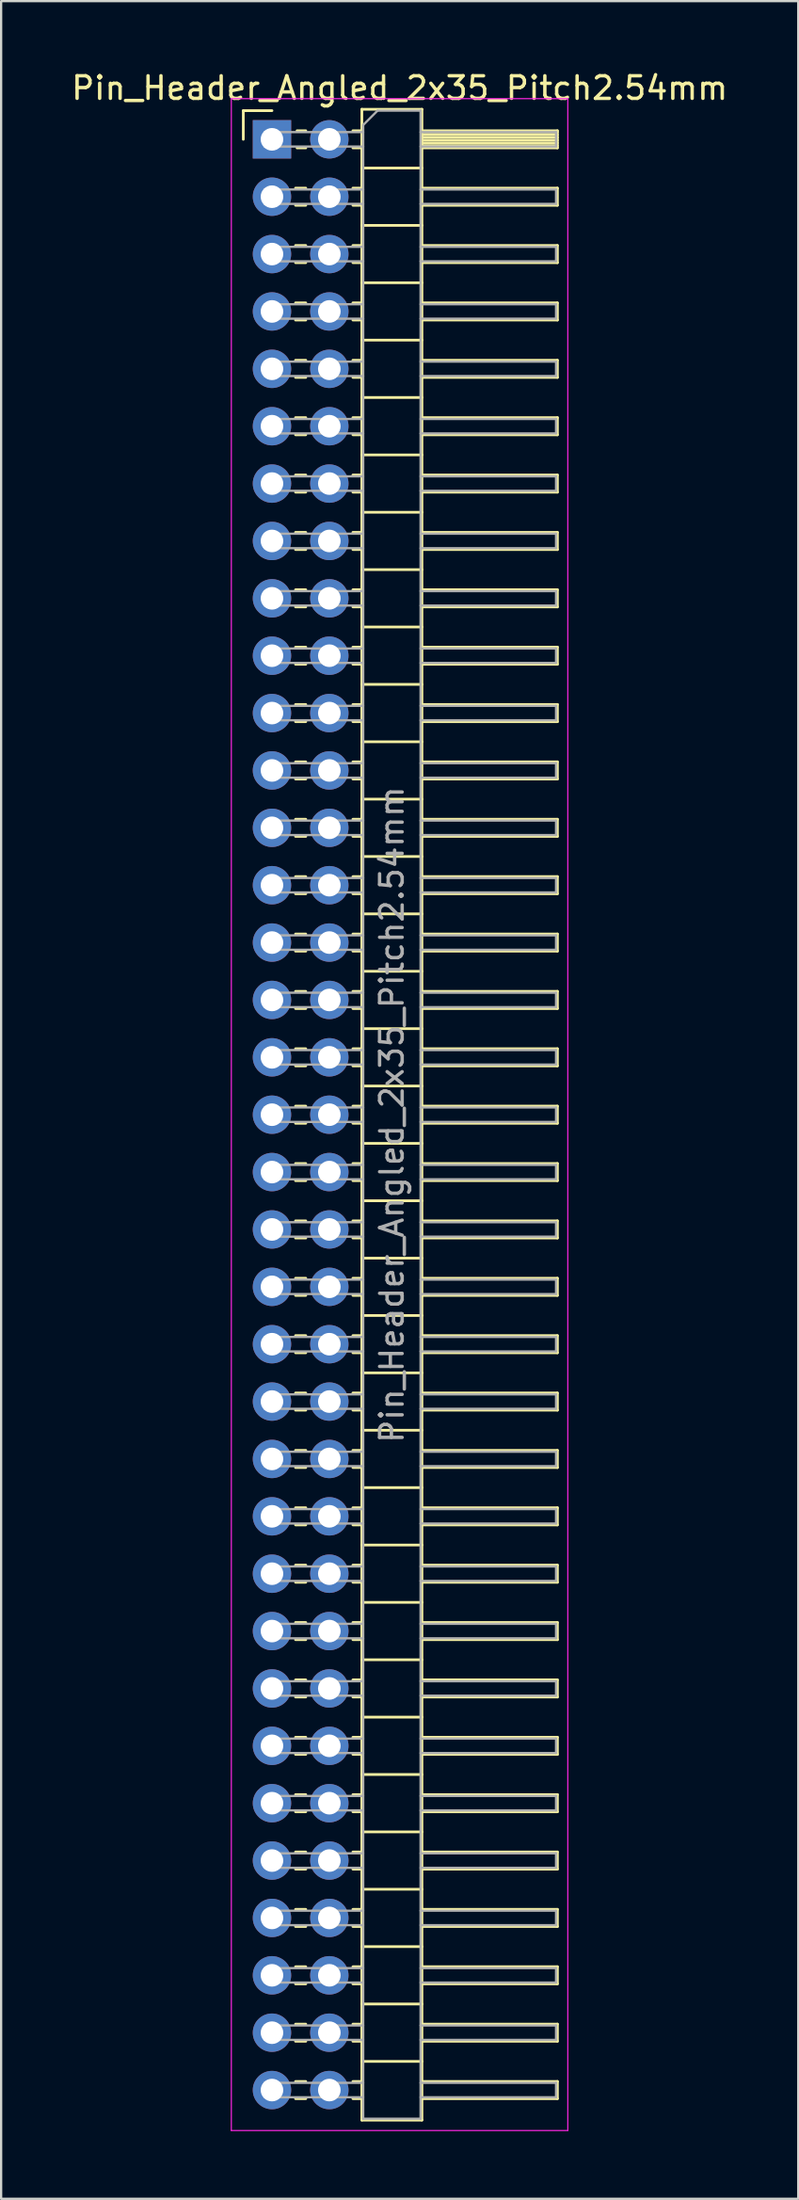
<source format=kicad_pcb>
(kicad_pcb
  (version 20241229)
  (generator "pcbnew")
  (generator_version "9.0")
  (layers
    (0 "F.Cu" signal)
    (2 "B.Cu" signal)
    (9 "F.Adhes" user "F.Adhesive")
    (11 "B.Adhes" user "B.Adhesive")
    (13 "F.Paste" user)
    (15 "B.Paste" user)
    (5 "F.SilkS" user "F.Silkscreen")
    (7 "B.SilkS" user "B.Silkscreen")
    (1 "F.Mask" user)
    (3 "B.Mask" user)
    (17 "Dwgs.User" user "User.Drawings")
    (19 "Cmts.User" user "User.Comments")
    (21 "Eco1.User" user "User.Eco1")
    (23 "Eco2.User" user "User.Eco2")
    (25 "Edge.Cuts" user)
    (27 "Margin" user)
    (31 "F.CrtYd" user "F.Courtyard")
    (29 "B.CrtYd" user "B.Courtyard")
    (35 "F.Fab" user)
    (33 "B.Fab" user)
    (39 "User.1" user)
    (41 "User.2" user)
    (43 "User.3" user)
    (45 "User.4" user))
  (footprint "Pin_Header_Angled_2x35_Pitch2.54mm"
    (layer "F.Cu")
    (at 8.994 3.118)
    (property "Reference" "Pin_Header_Angled_2x35_Pitch2.54mm" (at 5.655 -2.27 0) (layer "F.SilkS") (effects (font (size 1 1) (thickness 0.15))))
    (attr through_hole)
    (fp_line (start -1.27 -1.27) (end 0 -1.27) (stroke (width 0.12) (type solid)) (layer "F.SilkS"))
    (fp_line (start -1.27 0) (end -1.27 -1.27) (stroke (width 0.12) (type solid)) (layer "F.SilkS"))
    (fp_line (start 1.043 2.16) (end 1.497 2.16) (stroke (width 0.12) (type solid)) (layer "F.SilkS"))
    (fp_line (start 1.043 2.92) (end 1.497 2.92) (stroke (width 0.12) (type solid)) (layer "F.SilkS"))
    (fp_line (start 1.043 4.7) (end 1.497 4.7) (stroke (width 0.12) (type solid)) (layer "F.SilkS"))
    (fp_line (start 1.043 5.46) (end 1.497 5.46) (stroke (width 0.12) (type solid)) (layer "F.SilkS"))
    (fp_line (start 1.043 7.24) (end 1.497 7.24) (stroke (width 0.12) (type solid)) (layer "F.SilkS"))
    (fp_line (start 1.043 8) (end 1.497 8) (stroke (width 0.12) (type solid)) (layer "F.SilkS"))
    (fp_line (start 1.043 9.78) (end 1.497 9.78) (stroke (width 0.12) (type solid)) (layer "F.SilkS"))
    (fp_line (start 1.043 10.54) (end 1.497 10.54) (stroke (width 0.12) (type solid)) (layer "F.SilkS"))
    (fp_line (start 1.043 12.32) (end 1.497 12.32) (stroke (width 0.12) (type solid)) (layer "F.SilkS"))
    (fp_line (start 1.043 13.08) (end 1.497 13.08) (stroke (width 0.12) (type solid)) (layer "F.SilkS"))
    (fp_line (start 1.043 14.86) (end 1.497 14.86) (stroke (width 0.12) (type solid)) (layer "F.SilkS"))
    (fp_line (start 1.043 15.62) (end 1.497 15.62) (stroke (width 0.12) (type solid)) (layer "F.SilkS"))
    (fp_line (start 1.043 17.4) (end 1.497 17.4) (stroke (width 0.12) (type solid)) (layer "F.SilkS"))
    (fp_line (start 1.043 18.16) (end 1.497 18.16) (stroke (width 0.12) (type solid)) (layer "F.SilkS"))
    (fp_line (start 1.043 19.94) (end 1.497 19.94) (stroke (width 0.12) (type solid)) (layer "F.SilkS"))
    (fp_line (start 1.043 20.7) (end 1.497 20.7) (stroke (width 0.12) (type solid)) (layer "F.SilkS"))
    (fp_line (start 1.043 22.48) (end 1.497 22.48) (stroke (width 0.12) (type solid)) (layer "F.SilkS"))
    (fp_line (start 1.043 23.24) (end 1.497 23.24) (stroke (width 0.12) (type solid)) (layer "F.SilkS"))
    (fp_line (start 1.043 25.02) (end 1.497 25.02) (stroke (width 0.12) (type solid)) (layer "F.SilkS"))
    (fp_line (start 1.043 25.78) (end 1.497 25.78) (stroke (width 0.12) (type solid)) (layer "F.SilkS"))
    (fp_line (start 1.043 27.56) (end 1.497 27.56) (stroke (width 0.12) (type solid)) (layer "F.SilkS"))
    (fp_line (start 1.043 28.32) (end 1.497 28.32) (stroke (width 0.12) (type solid)) (layer "F.SilkS"))
    (fp_line (start 1.043 30.1) (end 1.497 30.1) (stroke (width 0.12) (type solid)) (layer "F.SilkS"))
    (fp_line (start 1.043 30.86) (end 1.497 30.86) (stroke (width 0.12) (type solid)) (layer "F.SilkS"))
    (fp_line (start 1.043 32.64) (end 1.497 32.64) (stroke (width 0.12) (type solid)) (layer "F.SilkS"))
    (fp_line (start 1.043 33.4) (end 1.497 33.4) (stroke (width 0.12) (type solid)) (layer "F.SilkS"))
    (fp_line (start 1.043 35.18) (end 1.497 35.18) (stroke (width 0.12) (type solid)) (layer "F.SilkS"))
    (fp_line (start 1.043 35.94) (end 1.497 35.94) (stroke (width 0.12) (type solid)) (layer "F.SilkS"))
    (fp_line (start 1.043 37.72) (end 1.497 37.72) (stroke (width 0.12) (type solid)) (layer "F.SilkS"))
    (fp_line (start 1.043 38.48) (end 1.497 38.48) (stroke (width 0.12) (type solid)) (layer "F.SilkS"))
    (fp_line (start 1.043 40.26) (end 1.497 40.26) (stroke (width 0.12) (type solid)) (layer "F.SilkS"))
    (fp_line (start 1.043 41.02) (end 1.497 41.02) (stroke (width 0.12) (type solid)) (layer "F.SilkS"))
    (fp_line (start 1.043 42.8) (end 1.497 42.8) (stroke (width 0.12) (type solid)) (layer "F.SilkS"))
    (fp_line (start 1.043 43.56) (end 1.497 43.56) (stroke (width 0.12) (type solid)) (layer "F.SilkS"))
    (fp_line (start 1.043 45.34) (end 1.497 45.34) (stroke (width 0.12) (type solid)) (layer "F.SilkS"))
    (fp_line (start 1.043 46.1) (end 1.497 46.1) (stroke (width 0.12) (type solid)) (layer "F.SilkS"))
    (fp_line (start 1.043 47.88) (end 1.497 47.88) (stroke (width 0.12) (type solid)) (layer "F.SilkS"))
    (fp_line (start 1.043 48.64) (end 1.497 48.64) (stroke (width 0.12) (type solid)) (layer "F.SilkS"))
    (fp_line (start 1.043 50.42) (end 1.497 50.42) (stroke (width 0.12) (type solid)) (layer "F.SilkS"))
    (fp_line (start 1.043 51.18) (end 1.497 51.18) (stroke (width 0.12) (type solid)) (layer "F.SilkS"))
    (fp_line (start 1.043 52.96) (end 1.497 52.96) (stroke (width 0.12) (type solid)) (layer "F.SilkS"))
    (fp_line (start 1.043 53.72) (end 1.497 53.72) (stroke (width 0.12) (type solid)) (layer "F.SilkS"))
    (fp_line (start 1.043 55.5) (end 1.497 55.5) (stroke (width 0.12) (type solid)) (layer "F.SilkS"))
    (fp_line (start 1.043 56.26) (end 1.497 56.26) (stroke (width 0.12) (type solid)) (layer "F.SilkS"))
    (fp_line (start 1.043 58.04) (end 1.497 58.04) (stroke (width 0.12) (type solid)) (layer "F.SilkS"))
    (fp_line (start 1.043 58.8) (end 1.497 58.8) (stroke (width 0.12) (type solid)) (layer "F.SilkS"))
    (fp_line (start 1.043 60.58) (end 1.497 60.58) (stroke (width 0.12) (type solid)) (layer "F.SilkS"))
    (fp_line (start 1.043 61.34) (end 1.497 61.34) (stroke (width 0.12) (type solid)) (layer "F.SilkS"))
    (fp_line (start 1.043 63.12) (end 1.497 63.12) (stroke (width 0.12) (type solid)) (layer "F.SilkS"))
    (fp_line (start 1.043 63.88) (end 1.497 63.88) (stroke (width 0.12) (type solid)) (layer "F.SilkS"))
    (fp_line (start 1.043 65.66) (end 1.497 65.66) (stroke (width 0.12) (type solid)) (layer "F.SilkS"))
    (fp_line (start 1.043 66.42) (end 1.497 66.42) (stroke (width 0.12) (type solid)) (layer "F.SilkS"))
    (fp_line (start 1.043 68.2) (end 1.497 68.2) (stroke (width 0.12) (type solid)) (layer "F.SilkS"))
    (fp_line (start 1.043 68.96) (end 1.497 68.96) (stroke (width 0.12) (type solid)) (layer "F.SilkS"))
    (fp_line (start 1.043 70.74) (end 1.497 70.74) (stroke (width 0.12) (type solid)) (layer "F.SilkS"))
    (fp_line (start 1.043 71.5) (end 1.497 71.5) (stroke (width 0.12) (type solid)) (layer "F.SilkS"))
    (fp_line (start 1.043 73.28) (end 1.497 73.28) (stroke (width 0.12) (type solid)) (layer "F.SilkS"))
    (fp_line (start 1.043 74.04) (end 1.497 74.04) (stroke (width 0.12) (type solid)) (layer "F.SilkS"))
    (fp_line (start 1.043 75.82) (end 1.497 75.82) (stroke (width 0.12) (type solid)) (layer "F.SilkS"))
    (fp_line (start 1.043 76.58) (end 1.497 76.58) (stroke (width 0.12) (type solid)) (layer "F.SilkS"))
    (fp_line (start 1.043 78.36) (end 1.497 78.36) (stroke (width 0.12) (type solid)) (layer "F.SilkS"))
    (fp_line (start 1.043 79.12) (end 1.497 79.12) (stroke (width 0.12) (type solid)) (layer "F.SilkS"))
    (fp_line (start 1.043 80.9) (end 1.497 80.9) (stroke (width 0.12) (type solid)) (layer "F.SilkS"))
    (fp_line (start 1.043 81.66) (end 1.497 81.66) (stroke (width 0.12) (type solid)) (layer "F.SilkS"))
    (fp_line (start 1.043 83.44) (end 1.497 83.44) (stroke (width 0.12) (type solid)) (layer "F.SilkS"))
    (fp_line (start 1.043 84.2) (end 1.497 84.2) (stroke (width 0.12) (type solid)) (layer "F.SilkS"))
    (fp_line (start 1.043 85.98) (end 1.497 85.98) (stroke (width 0.12) (type solid)) (layer "F.SilkS"))
    (fp_line (start 1.043 86.74) (end 1.497 86.74) (stroke (width 0.12) (type solid)) (layer "F.SilkS"))
    (fp_line (start 1.11 -0.38) (end 1.497 -0.38) (stroke (width 0.12) (type solid)) (layer "F.SilkS"))
    (fp_line (start 1.11 0.38) (end 1.497 0.38) (stroke (width 0.12) (type solid)) (layer "F.SilkS"))
    (fp_line (start 3.583 -0.38) (end 3.98 -0.38) (stroke (width 0.12) (type solid)) (layer "F.SilkS"))
    (fp_line (start 3.583 0.38) (end 3.98 0.38) (stroke (width 0.12) (type solid)) (layer "F.SilkS"))
    (fp_line (start 3.583 2.16) (end 3.98 2.16) (stroke (width 0.12) (type solid)) (layer "F.SilkS"))
    (fp_line (start 3.583 2.92) (end 3.98 2.92) (stroke (width 0.12) (type solid)) (layer "F.SilkS"))
    (fp_line (start 3.583 4.7) (end 3.98 4.7) (stroke (width 0.12) (type solid)) (layer "F.SilkS"))
    (fp_line (start 3.583 5.46) (end 3.98 5.46) (stroke (width 0.12) (type solid)) (layer "F.SilkS"))
    (fp_line (start 3.583 7.24) (end 3.98 7.24) (stroke (width 0.12) (type solid)) (layer "F.SilkS"))
    (fp_line (start 3.583 8) (end 3.98 8) (stroke (width 0.12) (type solid)) (layer "F.SilkS"))
    (fp_line (start 3.583 9.78) (end 3.98 9.78) (stroke (width 0.12) (type solid)) (layer "F.SilkS"))
    (fp_line (start 3.583 10.54) (end 3.98 10.54) (stroke (width 0.12) (type solid)) (layer "F.SilkS"))
    (fp_line (start 3.583 12.32) (end 3.98 12.32) (stroke (width 0.12) (type solid)) (layer "F.SilkS"))
    (fp_line (start 3.583 13.08) (end 3.98 13.08) (stroke (width 0.12) (type solid)) (layer "F.SilkS"))
    (fp_line (start 3.583 14.86) (end 3.98 14.86) (stroke (width 0.12) (type solid)) (layer "F.SilkS"))
    (fp_line (start 3.583 15.62) (end 3.98 15.62) (stroke (width 0.12) (type solid)) (layer "F.SilkS"))
    (fp_line (start 3.583 17.4) (end 3.98 17.4) (stroke (width 0.12) (type solid)) (layer "F.SilkS"))
    (fp_line (start 3.583 18.16) (end 3.98 18.16) (stroke (width 0.12) (type solid)) (layer "F.SilkS"))
    (fp_line (start 3.583 19.94) (end 3.98 19.94) (stroke (width 0.12) (type solid)) (layer "F.SilkS"))
    (fp_line (start 3.583 20.7) (end 3.98 20.7) (stroke (width 0.12) (type solid)) (layer "F.SilkS"))
    (fp_line (start 3.583 22.48) (end 3.98 22.48) (stroke (width 0.12) (type solid)) (layer "F.SilkS"))
    (fp_line (start 3.583 23.24) (end 3.98 23.24) (stroke (width 0.12) (type solid)) (layer "F.SilkS"))
    (fp_line (start 3.583 25.02) (end 3.98 25.02) (stroke (width 0.12) (type solid)) (layer "F.SilkS"))
    (fp_line (start 3.583 25.78) (end 3.98 25.78) (stroke (width 0.12) (type solid)) (layer "F.SilkS"))
    (fp_line (start 3.583 27.56) (end 3.98 27.56) (stroke (width 0.12) (type solid)) (layer "F.SilkS"))
    (fp_line (start 3.583 28.32) (end 3.98 28.32) (stroke (width 0.12) (type solid)) (layer "F.SilkS"))
    (fp_line (start 3.583 30.1) (end 3.98 30.1) (stroke (width 0.12) (type solid)) (layer "F.SilkS"))
    (fp_line (start 3.583 30.86) (end 3.98 30.86) (stroke (width 0.12) (type solid)) (layer "F.SilkS"))
    (fp_line (start 3.583 32.64) (end 3.98 32.64) (stroke (width 0.12) (type solid)) (layer "F.SilkS"))
    (fp_line (start 3.583 33.4) (end 3.98 33.4) (stroke (width 0.12) (type solid)) (layer "F.SilkS"))
    (fp_line (start 3.583 35.18) (end 3.98 35.18) (stroke (width 0.12) (type solid)) (layer "F.SilkS"))
    (fp_line (start 3.583 35.94) (end 3.98 35.94) (stroke (width 0.12) (type solid)) (layer "F.SilkS"))
    (fp_line (start 3.583 37.72) (end 3.98 37.72) (stroke (width 0.12) (type solid)) (layer "F.SilkS"))
    (fp_line (start 3.583 38.48) (end 3.98 38.48) (stroke (width 0.12) (type solid)) (layer "F.SilkS"))
    (fp_line (start 3.583 40.26) (end 3.98 40.26) (stroke (width 0.12) (type solid)) (layer "F.SilkS"))
    (fp_line (start 3.583 41.02) (end 3.98 41.02) (stroke (width 0.12) (type solid)) (layer "F.SilkS"))
    (fp_line (start 3.583 42.8) (end 3.98 42.8) (stroke (width 0.12) (type solid)) (layer "F.SilkS"))
    (fp_line (start 3.583 43.56) (end 3.98 43.56) (stroke (width 0.12) (type solid)) (layer "F.SilkS"))
    (fp_line (start 3.583 45.34) (end 3.98 45.34) (stroke (width 0.12) (type solid)) (layer "F.SilkS"))
    (fp_line (start 3.583 46.1) (end 3.98 46.1) (stroke (width 0.12) (type solid)) (layer "F.SilkS"))
    (fp_line (start 3.583 47.88) (end 3.98 47.88) (stroke (width 0.12) (type solid)) (layer "F.SilkS"))
    (fp_line (start 3.583 48.64) (end 3.98 48.64) (stroke (width 0.12) (type solid)) (layer "F.SilkS"))
    (fp_line (start 3.583 50.42) (end 3.98 50.42) (stroke (width 0.12) (type solid)) (layer "F.SilkS"))
    (fp_line (start 3.583 51.18) (end 3.98 51.18) (stroke (width 0.12) (type solid)) (layer "F.SilkS"))
    (fp_line (start 3.583 52.96) (end 3.98 52.96) (stroke (width 0.12) (type solid)) (layer "F.SilkS"))
    (fp_line (start 3.583 53.72) (end 3.98 53.72) (stroke (width 0.12) (type solid)) (layer "F.SilkS"))
    (fp_line (start 3.583 55.5) (end 3.98 55.5) (stroke (width 0.12) (type solid)) (layer "F.SilkS"))
    (fp_line (start 3.583 56.26) (end 3.98 56.26) (stroke (width 0.12) (type solid)) (layer "F.SilkS"))
    (fp_line (start 3.583 58.04) (end 3.98 58.04) (stroke (width 0.12) (type solid)) (layer "F.SilkS"))
    (fp_line (start 3.583 58.8) (end 3.98 58.8) (stroke (width 0.12) (type solid)) (layer "F.SilkS"))
    (fp_line (start 3.583 60.58) (end 3.98 60.58) (stroke (width 0.12) (type solid)) (layer "F.SilkS"))
    (fp_line (start 3.583 61.34) (end 3.98 61.34) (stroke (width 0.12) (type solid)) (layer "F.SilkS"))
    (fp_line (start 3.583 63.12) (end 3.98 63.12) (stroke (width 0.12) (type solid)) (layer "F.SilkS"))
    (fp_line (start 3.583 63.88) (end 3.98 63.88) (stroke (width 0.12) (type solid)) (layer "F.SilkS"))
    (fp_line (start 3.583 65.66) (end 3.98 65.66) (stroke (width 0.12) (type solid)) (layer "F.SilkS"))
    (fp_line (start 3.583 66.42) (end 3.98 66.42) (stroke (width 0.12) (type solid)) (layer "F.SilkS"))
    (fp_line (start 3.583 68.2) (end 3.98 68.2) (stroke (width 0.12) (type solid)) (layer "F.SilkS"))
    (fp_line (start 3.583 68.96) (end 3.98 68.96) (stroke (width 0.12) (type solid)) (layer "F.SilkS"))
    (fp_line (start 3.583 70.74) (end 3.98 70.74) (stroke (width 0.12) (type solid)) (layer "F.SilkS"))
    (fp_line (start 3.583 71.5) (end 3.98 71.5) (stroke (width 0.12) (type solid)) (layer "F.SilkS"))
    (fp_line (start 3.583 73.28) (end 3.98 73.28) (stroke (width 0.12) (type solid)) (layer "F.SilkS"))
    (fp_line (start 3.583 74.04) (end 3.98 74.04) (stroke (width 0.12) (type solid)) (layer "F.SilkS"))
    (fp_line (start 3.583 75.82) (end 3.98 75.82) (stroke (width 0.12) (type solid)) (layer "F.SilkS"))
    (fp_line (start 3.583 76.58) (end 3.98 76.58) (stroke (width 0.12) (type solid)) (layer "F.SilkS"))
    (fp_line (start 3.583 78.36) (end 3.98 78.36) (stroke (width 0.12) (type solid)) (layer "F.SilkS"))
    (fp_line (start 3.583 79.12) (end 3.98 79.12) (stroke (width 0.12) (type solid)) (layer "F.SilkS"))
    (fp_line (start 3.583 80.9) (end 3.98 80.9) (stroke (width 0.12) (type solid)) (layer "F.SilkS"))
    (fp_line (start 3.583 81.66) (end 3.98 81.66) (stroke (width 0.12) (type solid)) (layer "F.SilkS"))
    (fp_line (start 3.583 83.44) (end 3.98 83.44) (stroke (width 0.12) (type solid)) (layer "F.SilkS"))
    (fp_line (start 3.583 84.2) (end 3.98 84.2) (stroke (width 0.12) (type solid)) (layer "F.SilkS"))
    (fp_line (start 3.583 85.98) (end 3.98 85.98) (stroke (width 0.12) (type solid)) (layer "F.SilkS"))
    (fp_line (start 3.583 86.74) (end 3.98 86.74) (stroke (width 0.12) (type solid)) (layer "F.SilkS"))
    (fp_line (start 3.98 -1.33) (end 3.98 87.69) (stroke (width 0.12) (type solid)) (layer "F.SilkS"))
    (fp_line (start 3.98 1.27) (end 6.64 1.27) (stroke (width 0.12) (type solid)) (layer "F.SilkS"))
    (fp_line (start 3.98 3.81) (end 6.64 3.81) (stroke (width 0.12) (type solid)) (layer "F.SilkS"))
    (fp_line (start 3.98 6.35) (end 6.64 6.35) (stroke (width 0.12) (type solid)) (layer "F.SilkS"))
    (fp_line (start 3.98 8.89) (end 6.64 8.89) (stroke (width 0.12) (type solid)) (layer "F.SilkS"))
    (fp_line (start 3.98 11.43) (end 6.64 11.43) (stroke (width 0.12) (type solid)) (layer "F.SilkS"))
    (fp_line (start 3.98 13.97) (end 6.64 13.97) (stroke (width 0.12) (type solid)) (layer "F.SilkS"))
    (fp_line (start 3.98 16.51) (end 6.64 16.51) (stroke (width 0.12) (type solid)) (layer "F.SilkS"))
    (fp_line (start 3.98 19.05) (end 6.64 19.05) (stroke (width 0.12) (type solid)) (layer "F.SilkS"))
    (fp_line (start 3.98 21.59) (end 6.64 21.59) (stroke (width 0.12) (type solid)) (layer "F.SilkS"))
    (fp_line (start 3.98 24.13) (end 6.64 24.13) (stroke (width 0.12) (type solid)) (layer "F.SilkS"))
    (fp_line (start 3.98 26.67) (end 6.64 26.67) (stroke (width 0.12) (type solid)) (layer "F.SilkS"))
    (fp_line (start 3.98 29.21) (end 6.64 29.21) (stroke (width 0.12) (type solid)) (layer "F.SilkS"))
    (fp_line (start 3.98 31.75) (end 6.64 31.75) (stroke (width 0.12) (type solid)) (layer "F.SilkS"))
    (fp_line (start 3.98 34.29) (end 6.64 34.29) (stroke (width 0.12) (type solid)) (layer "F.SilkS"))
    (fp_line (start 3.98 36.83) (end 6.64 36.83) (stroke (width 0.12) (type solid)) (layer "F.SilkS"))
    (fp_line (start 3.98 39.37) (end 6.64 39.37) (stroke (width 0.12) (type solid)) (layer "F.SilkS"))
    (fp_line (start 3.98 41.91) (end 6.64 41.91) (stroke (width 0.12) (type solid)) (layer "F.SilkS"))
    (fp_line (start 3.98 44.45) (end 6.64 44.45) (stroke (width 0.12) (type solid)) (layer "F.SilkS"))
    (fp_line (start 3.98 46.99) (end 6.64 46.99) (stroke (width 0.12) (type solid)) (layer "F.SilkS"))
    (fp_line (start 3.98 49.53) (end 6.64 49.53) (stroke (width 0.12) (type solid)) (layer "F.SilkS"))
    (fp_line (start 3.98 52.07) (end 6.64 52.07) (stroke (width 0.12) (type solid)) (layer "F.SilkS"))
    (fp_line (start 3.98 54.61) (end 6.64 54.61) (stroke (width 0.12) (type solid)) (layer "F.SilkS"))
    (fp_line (start 3.98 57.15) (end 6.64 57.15) (stroke (width 0.12) (type solid)) (layer "F.SilkS"))
    (fp_line (start 3.98 59.69) (end 6.64 59.69) (stroke (width 0.12) (type solid)) (layer "F.SilkS"))
    (fp_line (start 3.98 62.23) (end 6.64 62.23) (stroke (width 0.12) (type solid)) (layer "F.SilkS"))
    (fp_line (start 3.98 64.77) (end 6.64 64.77) (stroke (width 0.12) (type solid)) (layer "F.SilkS"))
    (fp_line (start 3.98 67.31) (end 6.64 67.31) (stroke (width 0.12) (type solid)) (layer "F.SilkS"))
    (fp_line (start 3.98 69.85) (end 6.64 69.85) (stroke (width 0.12) (type solid)) (layer "F.SilkS"))
    (fp_line (start 3.98 72.39) (end 6.64 72.39) (stroke (width 0.12) (type solid)) (layer "F.SilkS"))
    (fp_line (start 3.98 74.93) (end 6.64 74.93) (stroke (width 0.12) (type solid)) (layer "F.SilkS"))
    (fp_line (start 3.98 77.47) (end 6.64 77.47) (stroke (width 0.12) (type solid)) (layer "F.SilkS"))
    (fp_line (start 3.98 80.01) (end 6.64 80.01) (stroke (width 0.12) (type solid)) (layer "F.SilkS"))
    (fp_line (start 3.98 82.55) (end 6.64 82.55) (stroke (width 0.12) (type solid)) (layer "F.SilkS"))
    (fp_line (start 3.98 85.09) (end 6.64 85.09) (stroke (width 0.12) (type solid)) (layer "F.SilkS"))
    (fp_line (start 3.98 87.69) (end 6.64 87.69) (stroke (width 0.12) (type solid)) (layer "F.SilkS"))
    (fp_line (start 6.64 -1.33) (end 3.98 -1.33) (stroke (width 0.12) (type solid)) (layer "F.SilkS"))
    (fp_line (start 6.64 -0.38) (end 12.64 -0.38) (stroke (width 0.12) (type solid)) (layer "F.SilkS"))
    (fp_line (start 6.64 -0.32) (end 12.64 -0.32) (stroke (width 0.12) (type solid)) (layer "F.SilkS"))
    (fp_line (start 6.64 -0.2) (end 12.64 -0.2) (stroke (width 0.12) (type solid)) (layer "F.SilkS"))
    (fp_line (start 6.64 -0.08) (end 12.64 -0.08) (stroke (width 0.12) (type solid)) (layer "F.SilkS"))
    (fp_line (start 6.64 0.04) (end 12.64 0.04) (stroke (width 0.12) (type solid)) (layer "F.SilkS"))
    (fp_line (start 6.64 0.16) (end 12.64 0.16) (stroke (width 0.12) (type solid)) (layer "F.SilkS"))
    (fp_line (start 6.64 0.28) (end 12.64 0.28) (stroke (width 0.12) (type solid)) (layer "F.SilkS"))
    (fp_line (start 6.64 2.16) (end 12.64 2.16) (stroke (width 0.12) (type solid)) (layer "F.SilkS"))
    (fp_line (start 6.64 4.7) (end 12.64 4.7) (stroke (width 0.12) (type solid)) (layer "F.SilkS"))
    (fp_line (start 6.64 7.24) (end 12.64 7.24) (stroke (width 0.12) (type solid)) (layer "F.SilkS"))
    (fp_line (start 6.64 9.78) (end 12.64 9.78) (stroke (width 0.12) (type solid)) (layer "F.SilkS"))
    (fp_line (start 6.64 12.32) (end 12.64 12.32) (stroke (width 0.12) (type solid)) (layer "F.SilkS"))
    (fp_line (start 6.64 14.86) (end 12.64 14.86) (stroke (width 0.12) (type solid)) (layer "F.SilkS"))
    (fp_line (start 6.64 17.4) (end 12.64 17.4) (stroke (width 0.12) (type solid)) (layer "F.SilkS"))
    (fp_line (start 6.64 19.94) (end 12.64 19.94) (stroke (width 0.12) (type solid)) (layer "F.SilkS"))
    (fp_line (start 6.64 22.48) (end 12.64 22.48) (stroke (width 0.12) (type solid)) (layer "F.SilkS"))
    (fp_line (start 6.64 25.02) (end 12.64 25.02) (stroke (width 0.12) (type solid)) (layer "F.SilkS"))
    (fp_line (start 6.64 27.56) (end 12.64 27.56) (stroke (width 0.12) (type solid)) (layer "F.SilkS"))
    (fp_line (start 6.64 30.1) (end 12.64 30.1) (stroke (width 0.12) (type solid)) (layer "F.SilkS"))
    (fp_line (start 6.64 32.64) (end 12.64 32.64) (stroke (width 0.12) (type solid)) (layer "F.SilkS"))
    (fp_line (start 6.64 35.18) (end 12.64 35.18) (stroke (width 0.12) (type solid)) (layer "F.SilkS"))
    (fp_line (start 6.64 37.72) (end 12.64 37.72) (stroke (width 0.12) (type solid)) (layer "F.SilkS"))
    (fp_line (start 6.64 40.26) (end 12.64 40.26) (stroke (width 0.12) (type solid)) (layer "F.SilkS"))
    (fp_line (start 6.64 42.8) (end 12.64 42.8) (stroke (width 0.12) (type solid)) (layer "F.SilkS"))
    (fp_line (start 6.64 45.34) (end 12.64 45.34) (stroke (width 0.12) (type solid)) (layer "F.SilkS"))
    (fp_line (start 6.64 47.88) (end 12.64 47.88) (stroke (width 0.12) (type solid)) (layer "F.SilkS"))
    (fp_line (start 6.64 50.42) (end 12.64 50.42) (stroke (width 0.12) (type solid)) (layer "F.SilkS"))
    (fp_line (start 6.64 52.96) (end 12.64 52.96) (stroke (width 0.12) (type solid)) (layer "F.SilkS"))
    (fp_line (start 6.64 55.5) (end 12.64 55.5) (stroke (width 0.12) (type solid)) (layer "F.SilkS"))
    (fp_line (start 6.64 58.04) (end 12.64 58.04) (stroke (width 0.12) (type solid)) (layer "F.SilkS"))
    (fp_line (start 6.64 60.58) (end 12.64 60.58) (stroke (width 0.12) (type solid)) (layer "F.SilkS"))
    (fp_line (start 6.64 63.12) (end 12.64 63.12) (stroke (width 0.12) (type solid)) (layer "F.SilkS"))
    (fp_line (start 6.64 65.66) (end 12.64 65.66) (stroke (width 0.12) (type solid)) (layer "F.SilkS"))
    (fp_line (start 6.64 68.2) (end 12.64 68.2) (stroke (width 0.12) (type solid)) (layer "F.SilkS"))
    (fp_line (start 6.64 70.74) (end 12.64 70.74) (stroke (width 0.12) (type solid)) (layer "F.SilkS"))
    (fp_line (start 6.64 73.28) (end 12.64 73.28) (stroke (width 0.12) (type solid)) (layer "F.SilkS"))
    (fp_line (start 6.64 75.82) (end 12.64 75.82) (stroke (width 0.12) (type solid)) (layer "F.SilkS"))
    (fp_line (start 6.64 78.36) (end 12.64 78.36) (stroke (width 0.12) (type solid)) (layer "F.SilkS"))
    (fp_line (start 6.64 80.9) (end 12.64 80.9) (stroke (width 0.12) (type solid)) (layer "F.SilkS"))
    (fp_line (start 6.64 83.44) (end 12.64 83.44) (stroke (width 0.12) (type solid)) (layer "F.SilkS"))
    (fp_line (start 6.64 85.98) (end 12.64 85.98) (stroke (width 0.12) (type solid)) (layer "F.SilkS"))
    (fp_line (start 6.64 87.69) (end 6.64 -1.33) (stroke (width 0.12) (type solid)) (layer "F.SilkS"))
    (fp_line (start 12.64 -0.38) (end 12.64 0.38) (stroke (width 0.12) (type solid)) (layer "F.SilkS"))
    (fp_line (start 12.64 0.38) (end 6.64 0.38) (stroke (width 0.12) (type solid)) (layer "F.SilkS"))
    (fp_line (start 12.64 2.16) (end 12.64 2.92) (stroke (width 0.12) (type solid)) (layer "F.SilkS"))
    (fp_line (start 12.64 2.92) (end 6.64 2.92) (stroke (width 0.12) (type solid)) (layer "F.SilkS"))
    (fp_line (start 12.64 4.7) (end 12.64 5.46) (stroke (width 0.12) (type solid)) (layer "F.SilkS"))
    (fp_line (start 12.64 5.46) (end 6.64 5.46) (stroke (width 0.12) (type solid)) (layer "F.SilkS"))
    (fp_line (start 12.64 7.24) (end 12.64 8) (stroke (width 0.12) (type solid)) (layer "F.SilkS"))
    (fp_line (start 12.64 8) (end 6.64 8) (stroke (width 0.12) (type solid)) (layer "F.SilkS"))
    (fp_line (start 12.64 9.78) (end 12.64 10.54) (stroke (width 0.12) (type solid)) (layer "F.SilkS"))
    (fp_line (start 12.64 10.54) (end 6.64 10.54) (stroke (width 0.12) (type solid)) (layer "F.SilkS"))
    (fp_line (start 12.64 12.32) (end 12.64 13.08) (stroke (width 0.12) (type solid)) (layer "F.SilkS"))
    (fp_line (start 12.64 13.08) (end 6.64 13.08) (stroke (width 0.12) (type solid)) (layer "F.SilkS"))
    (fp_line (start 12.64 14.86) (end 12.64 15.62) (stroke (width 0.12) (type solid)) (layer "F.SilkS"))
    (fp_line (start 12.64 15.62) (end 6.64 15.62) (stroke (width 0.12) (type solid)) (layer "F.SilkS"))
    (fp_line (start 12.64 17.4) (end 12.64 18.16) (stroke (width 0.12) (type solid)) (layer "F.SilkS"))
    (fp_line (start 12.64 18.16) (end 6.64 18.16) (stroke (width 0.12) (type solid)) (layer "F.SilkS"))
    (fp_line (start 12.64 19.94) (end 12.64 20.7) (stroke (width 0.12) (type solid)) (layer "F.SilkS"))
    (fp_line (start 12.64 20.7) (end 6.64 20.7) (stroke (width 0.12) (type solid)) (layer "F.SilkS"))
    (fp_line (start 12.64 22.48) (end 12.64 23.24) (stroke (width 0.12) (type solid)) (layer "F.SilkS"))
    (fp_line (start 12.64 23.24) (end 6.64 23.24) (stroke (width 0.12) (type solid)) (layer "F.SilkS"))
    (fp_line (start 12.64 25.02) (end 12.64 25.78) (stroke (width 0.12) (type solid)) (layer "F.SilkS"))
    (fp_line (start 12.64 25.78) (end 6.64 25.78) (stroke (width 0.12) (type solid)) (layer "F.SilkS"))
    (fp_line (start 12.64 27.56) (end 12.64 28.32) (stroke (width 0.12) (type solid)) (layer "F.SilkS"))
    (fp_line (start 12.64 28.32) (end 6.64 28.32) (stroke (width 0.12) (type solid)) (layer "F.SilkS"))
    (fp_line (start 12.64 30.1) (end 12.64 30.86) (stroke (width 0.12) (type solid)) (layer "F.SilkS"))
    (fp_line (start 12.64 30.86) (end 6.64 30.86) (stroke (width 0.12) (type solid)) (layer "F.SilkS"))
    (fp_line (start 12.64 32.64) (end 12.64 33.4) (stroke (width 0.12) (type solid)) (layer "F.SilkS"))
    (fp_line (start 12.64 33.4) (end 6.64 33.4) (stroke (width 0.12) (type solid)) (layer "F.SilkS"))
    (fp_line (start 12.64 35.18) (end 12.64 35.94) (stroke (width 0.12) (type solid)) (layer "F.SilkS"))
    (fp_line (start 12.64 35.94) (end 6.64 35.94) (stroke (width 0.12) (type solid)) (layer "F.SilkS"))
    (fp_line (start 12.64 37.72) (end 12.64 38.48) (stroke (width 0.12) (type solid)) (layer "F.SilkS"))
    (fp_line (start 12.64 38.48) (end 6.64 38.48) (stroke (width 0.12) (type solid)) (layer "F.SilkS"))
    (fp_line (start 12.64 40.26) (end 12.64 41.02) (stroke (width 0.12) (type solid)) (layer "F.SilkS"))
    (fp_line (start 12.64 41.02) (end 6.64 41.02) (stroke (width 0.12) (type solid)) (layer "F.SilkS"))
    (fp_line (start 12.64 42.8) (end 12.64 43.56) (stroke (width 0.12) (type solid)) (layer "F.SilkS"))
    (fp_line (start 12.64 43.56) (end 6.64 43.56) (stroke (width 0.12) (type solid)) (layer "F.SilkS"))
    (fp_line (start 12.64 45.34) (end 12.64 46.1) (stroke (width 0.12) (type solid)) (layer "F.SilkS"))
    (fp_line (start 12.64 46.1) (end 6.64 46.1) (stroke (width 0.12) (type solid)) (layer "F.SilkS"))
    (fp_line (start 12.64 47.88) (end 12.64 48.64) (stroke (width 0.12) (type solid)) (layer "F.SilkS"))
    (fp_line (start 12.64 48.64) (end 6.64 48.64) (stroke (width 0.12) (type solid)) (layer "F.SilkS"))
    (fp_line (start 12.64 50.42) (end 12.64 51.18) (stroke (width 0.12) (type solid)) (layer "F.SilkS"))
    (fp_line (start 12.64 51.18) (end 6.64 51.18) (stroke (width 0.12) (type solid)) (layer "F.SilkS"))
    (fp_line (start 12.64 52.96) (end 12.64 53.72) (stroke (width 0.12) (type solid)) (layer "F.SilkS"))
    (fp_line (start 12.64 53.72) (end 6.64 53.72) (stroke (width 0.12) (type solid)) (layer "F.SilkS"))
    (fp_line (start 12.64 55.5) (end 12.64 56.26) (stroke (width 0.12) (type solid)) (layer "F.SilkS"))
    (fp_line (start 12.64 56.26) (end 6.64 56.26) (stroke (width 0.12) (type solid)) (layer "F.SilkS"))
    (fp_line (start 12.64 58.04) (end 12.64 58.8) (stroke (width 0.12) (type solid)) (layer "F.SilkS"))
    (fp_line (start 12.64 58.8) (end 6.64 58.8) (stroke (width 0.12) (type solid)) (layer "F.SilkS"))
    (fp_line (start 12.64 60.58) (end 12.64 61.34) (stroke (width 0.12) (type solid)) (layer "F.SilkS"))
    (fp_line (start 12.64 61.34) (end 6.64 61.34) (stroke (width 0.12) (type solid)) (layer "F.SilkS"))
    (fp_line (start 12.64 63.12) (end 12.64 63.88) (stroke (width 0.12) (type solid)) (layer "F.SilkS"))
    (fp_line (start 12.64 63.88) (end 6.64 63.88) (stroke (width 0.12) (type solid)) (layer "F.SilkS"))
    (fp_line (start 12.64 65.66) (end 12.64 66.42) (stroke (width 0.12) (type solid)) (layer "F.SilkS"))
    (fp_line (start 12.64 66.42) (end 6.64 66.42) (stroke (width 0.12) (type solid)) (layer "F.SilkS"))
    (fp_line (start 12.64 68.2) (end 12.64 68.96) (stroke (width 0.12) (type solid)) (layer "F.SilkS"))
    (fp_line (start 12.64 68.96) (end 6.64 68.96) (stroke (width 0.12) (type solid)) (layer "F.SilkS"))
    (fp_line (start 12.64 70.74) (end 12.64 71.5) (stroke (width 0.12) (type solid)) (layer "F.SilkS"))
    (fp_line (start 12.64 71.5) (end 6.64 71.5) (stroke (width 0.12) (type solid)) (layer "F.SilkS"))
    (fp_line (start 12.64 73.28) (end 12.64 74.04) (stroke (width 0.12) (type solid)) (layer "F.SilkS"))
    (fp_line (start 12.64 74.04) (end 6.64 74.04) (stroke (width 0.12) (type solid)) (layer "F.SilkS"))
    (fp_line (start 12.64 75.82) (end 12.64 76.58) (stroke (width 0.12) (type solid)) (layer "F.SilkS"))
    (fp_line (start 12.64 76.58) (end 6.64 76.58) (stroke (width 0.12) (type solid)) (layer "F.SilkS"))
    (fp_line (start 12.64 78.36) (end 12.64 79.12) (stroke (width 0.12) (type solid)) (layer "F.SilkS"))
    (fp_line (start 12.64 79.12) (end 6.64 79.12) (stroke (width 0.12) (type solid)) (layer "F.SilkS"))
    (fp_line (start 12.64 80.9) (end 12.64 81.66) (stroke (width 0.12) (type solid)) (layer "F.SilkS"))
    (fp_line (start 12.64 81.66) (end 6.64 81.66) (stroke (width 0.12) (type solid)) (layer "F.SilkS"))
    (fp_line (start 12.64 83.44) (end 12.64 84.2) (stroke (width 0.12) (type solid)) (layer "F.SilkS"))
    (fp_line (start 12.64 84.2) (end 6.64 84.2) (stroke (width 0.12) (type solid)) (layer "F.SilkS"))
    (fp_line (start 12.64 85.98) (end 12.64 86.74) (stroke (width 0.12) (type solid)) (layer "F.SilkS"))
    (fp_line (start 12.64 86.74) (end 6.64 86.74) (stroke (width 0.12) (type solid)) (layer "F.SilkS"))
    (fp_line (start -1.8 -1.8) (end -1.8 88.15) (stroke (width 0.05) (type solid)) (layer "F.CrtYd"))
    (fp_line (start -1.8 88.15) (end 13.1 88.15) (stroke (width 0.05) (type solid)) (layer "F.CrtYd"))
    (fp_line (start 13.1 -1.8) (end -1.8 -1.8) (stroke (width 0.05) (type solid)) (layer "F.CrtYd"))
    (fp_line (start 13.1 88.15) (end 13.1 -1.8) (stroke (width 0.05) (type solid)) (layer "F.CrtYd"))
    (fp_line (start -0.32 -0.32) (end -0.32 0.32) (stroke (width 0.1) (type solid)) (layer "F.Fab"))
    (fp_line (start -0.32 -0.32) (end 4.04 -0.32) (stroke (width 0.1) (type solid)) (layer "F.Fab"))
    (fp_line (start -0.32 0.32) (end 4.04 0.32) (stroke (width 0.1) (type solid)) (layer "F.Fab"))
    (fp_line (start -0.32 2.22) (end -0.32 2.86) (stroke (width 0.1) (type solid)) (layer "F.Fab"))
    (fp_line (start -0.32 2.22) (end 4.04 2.22) (stroke (width 0.1) (type solid)) (layer "F.Fab"))
    (fp_line (start -0.32 2.86) (end 4.04 2.86) (stroke (width 0.1) (type solid)) (layer "F.Fab"))
    (fp_line (start -0.32 4.76) (end -0.32 5.4) (stroke (width 0.1) (type solid)) (layer "F.Fab"))
    (fp_line (start -0.32 4.76) (end 4.04 4.76) (stroke (width 0.1) (type solid)) (layer "F.Fab"))
    (fp_line (start -0.32 5.4) (end 4.04 5.4) (stroke (width 0.1) (type solid)) (layer "F.Fab"))
    (fp_line (start -0.32 7.3) (end -0.32 7.94) (stroke (width 0.1) (type solid)) (layer "F.Fab"))
    (fp_line (start -0.32 7.3) (end 4.04 7.3) (stroke (width 0.1) (type solid)) (layer "F.Fab"))
    (fp_line (start -0.32 7.94) (end 4.04 7.94) (stroke (width 0.1) (type solid)) (layer "F.Fab"))
    (fp_line (start -0.32 9.84) (end -0.32 10.48) (stroke (width 0.1) (type solid)) (layer "F.Fab"))
    (fp_line (start -0.32 9.84) (end 4.04 9.84) (stroke (width 0.1) (type solid)) (layer "F.Fab"))
    (fp_line (start -0.32 10.48) (end 4.04 10.48) (stroke (width 0.1) (type solid)) (layer "F.Fab"))
    (fp_line (start -0.32 12.38) (end -0.32 13.02) (stroke (width 0.1) (type solid)) (layer "F.Fab"))
    (fp_line (start -0.32 12.38) (end 4.04 12.38) (stroke (width 0.1) (type solid)) (layer "F.Fab"))
    (fp_line (start -0.32 13.02) (end 4.04 13.02) (stroke (width 0.1) (type solid)) (layer "F.Fab"))
    (fp_line (start -0.32 14.92) (end -0.32 15.56) (stroke (width 0.1) (type solid)) (layer "F.Fab"))
    (fp_line (start -0.32 14.92) (end 4.04 14.92) (stroke (width 0.1) (type solid)) (layer "F.Fab"))
    (fp_line (start -0.32 15.56) (end 4.04 15.56) (stroke (width 0.1) (type solid)) (layer "F.Fab"))
    (fp_line (start -0.32 17.46) (end -0.32 18.1) (stroke (width 0.1) (type solid)) (layer "F.Fab"))
    (fp_line (start -0.32 17.46) (end 4.04 17.46) (stroke (width 0.1) (type solid)) (layer "F.Fab"))
    (fp_line (start -0.32 18.1) (end 4.04 18.1) (stroke (width 0.1) (type solid)) (layer "F.Fab"))
    (fp_line (start -0.32 20) (end -0.32 20.64) (stroke (width 0.1) (type solid)) (layer "F.Fab"))
    (fp_line (start -0.32 20) (end 4.04 20) (stroke (width 0.1) (type solid)) (layer "F.Fab"))
    (fp_line (start -0.32 20.64) (end 4.04 20.64) (stroke (width 0.1) (type solid)) (layer "F.Fab"))
    (fp_line (start -0.32 22.54) (end -0.32 23.18) (stroke (width 0.1) (type solid)) (layer "F.Fab"))
    (fp_line (start -0.32 22.54) (end 4.04 22.54) (stroke (width 0.1) (type solid)) (layer "F.Fab"))
    (fp_line (start -0.32 23.18) (end 4.04 23.18) (stroke (width 0.1) (type solid)) (layer "F.Fab"))
    (fp_line (start -0.32 25.08) (end -0.32 25.72) (stroke (width 0.1) (type solid)) (layer "F.Fab"))
    (fp_line (start -0.32 25.08) (end 4.04 25.08) (stroke (width 0.1) (type solid)) (layer "F.Fab"))
    (fp_line (start -0.32 25.72) (end 4.04 25.72) (stroke (width 0.1) (type solid)) (layer "F.Fab"))
    (fp_line (start -0.32 27.62) (end -0.32 28.26) (stroke (width 0.1) (type solid)) (layer "F.Fab"))
    (fp_line (start -0.32 27.62) (end 4.04 27.62) (stroke (width 0.1) (type solid)) (layer "F.Fab"))
    (fp_line (start -0.32 28.26) (end 4.04 28.26) (stroke (width 0.1) (type solid)) (layer "F.Fab"))
    (fp_line (start -0.32 30.16) (end -0.32 30.8) (stroke (width 0.1) (type solid)) (layer "F.Fab"))
    (fp_line (start -0.32 30.16) (end 4.04 30.16) (stroke (width 0.1) (type solid)) (layer "F.Fab"))
    (fp_line (start -0.32 30.8) (end 4.04 30.8) (stroke (width 0.1) (type solid)) (layer "F.Fab"))
    (fp_line (start -0.32 32.7) (end -0.32 33.34) (stroke (width 0.1) (type solid)) (layer "F.Fab"))
    (fp_line (start -0.32 32.7) (end 4.04 32.7) (stroke (width 0.1) (type solid)) (layer "F.Fab"))
    (fp_line (start -0.32 33.34) (end 4.04 33.34) (stroke (width 0.1) (type solid)) (layer "F.Fab"))
    (fp_line (start -0.32 35.24) (end -0.32 35.88) (stroke (width 0.1) (type solid)) (layer "F.Fab"))
    (fp_line (start -0.32 35.24) (end 4.04 35.24) (stroke (width 0.1) (type solid)) (layer "F.Fab"))
    (fp_line (start -0.32 35.88) (end 4.04 35.88) (stroke (width 0.1) (type solid)) (layer "F.Fab"))
    (fp_line (start -0.32 37.78) (end -0.32 38.42) (stroke (width 0.1) (type solid)) (layer "F.Fab"))
    (fp_line (start -0.32 37.78) (end 4.04 37.78) (stroke (width 0.1) (type solid)) (layer "F.Fab"))
    (fp_line (start -0.32 38.42) (end 4.04 38.42) (stroke (width 0.1) (type solid)) (layer "F.Fab"))
    (fp_line (start -0.32 40.32) (end -0.32 40.96) (stroke (width 0.1) (type solid)) (layer "F.Fab"))
    (fp_line (start -0.32 40.32) (end 4.04 40.32) (stroke (width 0.1) (type solid)) (layer "F.Fab"))
    (fp_line (start -0.32 40.96) (end 4.04 40.96) (stroke (width 0.1) (type solid)) (layer "F.Fab"))
    (fp_line (start -0.32 42.86) (end -0.32 43.5) (stroke (width 0.1) (type solid)) (layer "F.Fab"))
    (fp_line (start -0.32 42.86) (end 4.04 42.86) (stroke (width 0.1) (type solid)) (layer "F.Fab"))
    (fp_line (start -0.32 43.5) (end 4.04 43.5) (stroke (width 0.1) (type solid)) (layer "F.Fab"))
    (fp_line (start -0.32 45.4) (end -0.32 46.04) (stroke (width 0.1) (type solid)) (layer "F.Fab"))
    (fp_line (start -0.32 45.4) (end 4.04 45.4) (stroke (width 0.1) (type solid)) (layer "F.Fab"))
    (fp_line (start -0.32 46.04) (end 4.04 46.04) (stroke (width 0.1) (type solid)) (layer "F.Fab"))
    (fp_line (start -0.32 47.94) (end -0.32 48.58) (stroke (width 0.1) (type solid)) (layer "F.Fab"))
    (fp_line (start -0.32 47.94) (end 4.04 47.94) (stroke (width 0.1) (type solid)) (layer "F.Fab"))
    (fp_line (start -0.32 48.58) (end 4.04 48.58) (stroke (width 0.1) (type solid)) (layer "F.Fab"))
    (fp_line (start -0.32 50.48) (end -0.32 51.12) (stroke (width 0.1) (type solid)) (layer "F.Fab"))
    (fp_line (start -0.32 50.48) (end 4.04 50.48) (stroke (width 0.1) (type solid)) (layer "F.Fab"))
    (fp_line (start -0.32 51.12) (end 4.04 51.12) (stroke (width 0.1) (type solid)) (layer "F.Fab"))
    (fp_line (start -0.32 53.02) (end -0.32 53.66) (stroke (width 0.1) (type solid)) (layer "F.Fab"))
    (fp_line (start -0.32 53.02) (end 4.04 53.02) (stroke (width 0.1) (type solid)) (layer "F.Fab"))
    (fp_line (start -0.32 53.66) (end 4.04 53.66) (stroke (width 0.1) (type solid)) (layer "F.Fab"))
    (fp_line (start -0.32 55.56) (end -0.32 56.2) (stroke (width 0.1) (type solid)) (layer "F.Fab"))
    (fp_line (start -0.32 55.56) (end 4.04 55.56) (stroke (width 0.1) (type solid)) (layer "F.Fab"))
    (fp_line (start -0.32 56.2) (end 4.04 56.2) (stroke (width 0.1) (type solid)) (layer "F.Fab"))
    (fp_line (start -0.32 58.1) (end -0.32 58.74) (stroke (width 0.1) (type solid)) (layer "F.Fab"))
    (fp_line (start -0.32 58.1) (end 4.04 58.1) (stroke (width 0.1) (type solid)) (layer "F.Fab"))
    (fp_line (start -0.32 58.74) (end 4.04 58.74) (stroke (width 0.1) (type solid)) (layer "F.Fab"))
    (fp_line (start -0.32 60.64) (end -0.32 61.28) (stroke (width 0.1) (type solid)) (layer "F.Fab"))
    (fp_line (start -0.32 60.64) (end 4.04 60.64) (stroke (width 0.1) (type solid)) (layer "F.Fab"))
    (fp_line (start -0.32 61.28) (end 4.04 61.28) (stroke (width 0.1) (type solid)) (layer "F.Fab"))
    (fp_line (start -0.32 63.18) (end -0.32 63.82) (stroke (width 0.1) (type solid)) (layer "F.Fab"))
    (fp_line (start -0.32 63.18) (end 4.04 63.18) (stroke (width 0.1) (type solid)) (layer "F.Fab"))
    (fp_line (start -0.32 63.82) (end 4.04 63.82) (stroke (width 0.1) (type solid)) (layer "F.Fab"))
    (fp_line (start -0.32 65.72) (end -0.32 66.36) (stroke (width 0.1) (type solid)) (layer "F.Fab"))
    (fp_line (start -0.32 65.72) (end 4.04 65.72) (stroke (width 0.1) (type solid)) (layer "F.Fab"))
    (fp_line (start -0.32 66.36) (end 4.04 66.36) (stroke (width 0.1) (type solid)) (layer "F.Fab"))
    (fp_line (start -0.32 68.26) (end -0.32 68.9) (stroke (width 0.1) (type solid)) (layer "F.Fab"))
    (fp_line (start -0.32 68.26) (end 4.04 68.26) (stroke (width 0.1) (type solid)) (layer "F.Fab"))
    (fp_line (start -0.32 68.9) (end 4.04 68.9) (stroke (width 0.1) (type solid)) (layer "F.Fab"))
    (fp_line (start -0.32 70.8) (end -0.32 71.44) (stroke (width 0.1) (type solid)) (layer "F.Fab"))
    (fp_line (start -0.32 70.8) (end 4.04 70.8) (stroke (width 0.1) (type solid)) (layer "F.Fab"))
    (fp_line (start -0.32 71.44) (end 4.04 71.44) (stroke (width 0.1) (type solid)) (layer "F.Fab"))
    (fp_line (start -0.32 73.34) (end -0.32 73.98) (stroke (width 0.1) (type solid)) (layer "F.Fab"))
    (fp_line (start -0.32 73.34) (end 4.04 73.34) (stroke (width 0.1) (type solid)) (layer "F.Fab"))
    (fp_line (start -0.32 73.98) (end 4.04 73.98) (stroke (width 0.1) (type solid)) (layer "F.Fab"))
    (fp_line (start -0.32 75.88) (end -0.32 76.52) (stroke (width 0.1) (type solid)) (layer "F.Fab"))
    (fp_line (start -0.32 75.88) (end 4.04 75.88) (stroke (width 0.1) (type solid)) (layer "F.Fab"))
    (fp_line (start -0.32 76.52) (end 4.04 76.52) (stroke (width 0.1) (type solid)) (layer "F.Fab"))
    (fp_line (start -0.32 78.42) (end -0.32 79.06) (stroke (width 0.1) (type solid)) (layer "F.Fab"))
    (fp_line (start -0.32 78.42) (end 4.04 78.42) (stroke (width 0.1) (type solid)) (layer "F.Fab"))
    (fp_line (start -0.32 79.06) (end 4.04 79.06) (stroke (width 0.1) (type solid)) (layer "F.Fab"))
    (fp_line (start -0.32 80.96) (end -0.32 81.6) (stroke (width 0.1) (type solid)) (layer "F.Fab"))
    (fp_line (start -0.32 80.96) (end 4.04 80.96) (stroke (width 0.1) (type solid)) (layer "F.Fab"))
    (fp_line (start -0.32 81.6) (end 4.04 81.6) (stroke (width 0.1) (type solid)) (layer "F.Fab"))
    (fp_line (start -0.32 83.5) (end -0.32 84.14) (stroke (width 0.1) (type solid)) (layer "F.Fab"))
    (fp_line (start -0.32 83.5) (end 4.04 83.5) (stroke (width 0.1) (type solid)) (layer "F.Fab"))
    (fp_line (start -0.32 84.14) (end 4.04 84.14) (stroke (width 0.1) (type solid)) (layer "F.Fab"))
    (fp_line (start -0.32 86.04) (end -0.32 86.68) (stroke (width 0.1) (type solid)) (layer "F.Fab"))
    (fp_line (start -0.32 86.04) (end 4.04 86.04) (stroke (width 0.1) (type solid)) (layer "F.Fab"))
    (fp_line (start -0.32 86.68) (end 4.04 86.68) (stroke (width 0.1) (type solid)) (layer "F.Fab"))
    (fp_line (start 4.04 -0.635) (end 4.675 -1.27) (stroke (width 0.1) (type solid)) (layer "F.Fab"))
    (fp_line (start 4.04 87.63) (end 4.04 -0.635) (stroke (width 0.1) (type solid)) (layer "F.Fab"))
    (fp_line (start 4.675 -1.27) (end 6.58 -1.27) (stroke (width 0.1) (type solid)) (layer "F.Fab"))
    (fp_line (start 6.58 -1.27) (end 6.58 87.63) (stroke (width 0.1) (type solid)) (layer "F.Fab"))
    (fp_line (start 6.58 -0.32) (end 12.58 -0.32) (stroke (width 0.1) (type solid)) (layer "F.Fab"))
    (fp_line (start 6.58 0.32) (end 12.58 0.32) (stroke (width 0.1) (type solid)) (layer "F.Fab"))
    (fp_line (start 6.58 2.22) (end 12.58 2.22) (stroke (width 0.1) (type solid)) (layer "F.Fab"))
    (fp_line (start 6.58 2.86) (end 12.58 2.86) (stroke (width 0.1) (type solid)) (layer "F.Fab"))
    (fp_line (start 6.58 4.76) (end 12.58 4.76) (stroke (width 0.1) (type solid)) (layer "F.Fab"))
    (fp_line (start 6.58 5.4) (end 12.58 5.4) (stroke (width 0.1) (type solid)) (layer "F.Fab"))
    (fp_line (start 6.58 7.3) (end 12.58 7.3) (stroke (width 0.1) (type solid)) (layer "F.Fab"))
    (fp_line (start 6.58 7.94) (end 12.58 7.94) (stroke (width 0.1) (type solid)) (layer "F.Fab"))
    (fp_line (start 6.58 9.84) (end 12.58 9.84) (stroke (width 0.1) (type solid)) (layer "F.Fab"))
    (fp_line (start 6.58 10.48) (end 12.58 10.48) (stroke (width 0.1) (type solid)) (layer "F.Fab"))
    (fp_line (start 6.58 12.38) (end 12.58 12.38) (stroke (width 0.1) (type solid)) (layer "F.Fab"))
    (fp_line (start 6.58 13.02) (end 12.58 13.02) (stroke (width 0.1) (type solid)) (layer "F.Fab"))
    (fp_line (start 6.58 14.92) (end 12.58 14.92) (stroke (width 0.1) (type solid)) (layer "F.Fab"))
    (fp_line (start 6.58 15.56) (end 12.58 15.56) (stroke (width 0.1) (type solid)) (layer "F.Fab"))
    (fp_line (start 6.58 17.46) (end 12.58 17.46) (stroke (width 0.1) (type solid)) (layer "F.Fab"))
    (fp_line (start 6.58 18.1) (end 12.58 18.1) (stroke (width 0.1) (type solid)) (layer "F.Fab"))
    (fp_line (start 6.58 20) (end 12.58 20) (stroke (width 0.1) (type solid)) (layer "F.Fab"))
    (fp_line (start 6.58 20.64) (end 12.58 20.64) (stroke (width 0.1) (type solid)) (layer "F.Fab"))
    (fp_line (start 6.58 22.54) (end 12.58 22.54) (stroke (width 0.1) (type solid)) (layer "F.Fab"))
    (fp_line (start 6.58 23.18) (end 12.58 23.18) (stroke (width 0.1) (type solid)) (layer "F.Fab"))
    (fp_line (start 6.58 25.08) (end 12.58 25.08) (stroke (width 0.1) (type solid)) (layer "F.Fab"))
    (fp_line (start 6.58 25.72) (end 12.58 25.72) (stroke (width 0.1) (type solid)) (layer "F.Fab"))
    (fp_line (start 6.58 27.62) (end 12.58 27.62) (stroke (width 0.1) (type solid)) (layer "F.Fab"))
    (fp_line (start 6.58 28.26) (end 12.58 28.26) (stroke (width 0.1) (type solid)) (layer "F.Fab"))
    (fp_line (start 6.58 30.16) (end 12.58 30.16) (stroke (width 0.1) (type solid)) (layer "F.Fab"))
    (fp_line (start 6.58 30.8) (end 12.58 30.8) (stroke (width 0.1) (type solid)) (layer "F.Fab"))
    (fp_line (start 6.58 32.7) (end 12.58 32.7) (stroke (width 0.1) (type solid)) (layer "F.Fab"))
    (fp_line (start 6.58 33.34) (end 12.58 33.34) (stroke (width 0.1) (type solid)) (layer "F.Fab"))
    (fp_line (start 6.58 35.24) (end 12.58 35.24) (stroke (width 0.1) (type solid)) (layer "F.Fab"))
    (fp_line (start 6.58 35.88) (end 12.58 35.88) (stroke (width 0.1) (type solid)) (layer "F.Fab"))
    (fp_line (start 6.58 37.78) (end 12.58 37.78) (stroke (width 0.1) (type solid)) (layer "F.Fab"))
    (fp_line (start 6.58 38.42) (end 12.58 38.42) (stroke (width 0.1) (type solid)) (layer "F.Fab"))
    (fp_line (start 6.58 40.32) (end 12.58 40.32) (stroke (width 0.1) (type solid)) (layer "F.Fab"))
    (fp_line (start 6.58 40.96) (end 12.58 40.96) (stroke (width 0.1) (type solid)) (layer "F.Fab"))
    (fp_line (start 6.58 42.86) (end 12.58 42.86) (stroke (width 0.1) (type solid)) (layer "F.Fab"))
    (fp_line (start 6.58 43.5) (end 12.58 43.5) (stroke (width 0.1) (type solid)) (layer "F.Fab"))
    (fp_line (start 6.58 45.4) (end 12.58 45.4) (stroke (width 0.1) (type solid)) (layer "F.Fab"))
    (fp_line (start 6.58 46.04) (end 12.58 46.04) (stroke (width 0.1) (type solid)) (layer "F.Fab"))
    (fp_line (start 6.58 47.94) (end 12.58 47.94) (stroke (width 0.1) (type solid)) (layer "F.Fab"))
    (fp_line (start 6.58 48.58) (end 12.58 48.58) (stroke (width 0.1) (type solid)) (layer "F.Fab"))
    (fp_line (start 6.58 50.48) (end 12.58 50.48) (stroke (width 0.1) (type solid)) (layer "F.Fab"))
    (fp_line (start 6.58 51.12) (end 12.58 51.12) (stroke (width 0.1) (type solid)) (layer "F.Fab"))
    (fp_line (start 6.58 53.02) (end 12.58 53.02) (stroke (width 0.1) (type solid)) (layer "F.Fab"))
    (fp_line (start 6.58 53.66) (end 12.58 53.66) (stroke (width 0.1) (type solid)) (layer "F.Fab"))
    (fp_line (start 6.58 55.56) (end 12.58 55.56) (stroke (width 0.1) (type solid)) (layer "F.Fab"))
    (fp_line (start 6.58 56.2) (end 12.58 56.2) (stroke (width 0.1) (type solid)) (layer "F.Fab"))
    (fp_line (start 6.58 58.1) (end 12.58 58.1) (stroke (width 0.1) (type solid)) (layer "F.Fab"))
    (fp_line (start 6.58 58.74) (end 12.58 58.74) (stroke (width 0.1) (type solid)) (layer "F.Fab"))
    (fp_line (start 6.58 60.64) (end 12.58 60.64) (stroke (width 0.1) (type solid)) (layer "F.Fab"))
    (fp_line (start 6.58 61.28) (end 12.58 61.28) (stroke (width 0.1) (type solid)) (layer "F.Fab"))
    (fp_line (start 6.58 63.18) (end 12.58 63.18) (stroke (width 0.1) (type solid)) (layer "F.Fab"))
    (fp_line (start 6.58 63.82) (end 12.58 63.82) (stroke (width 0.1) (type solid)) (layer "F.Fab"))
    (fp_line (start 6.58 65.72) (end 12.58 65.72) (stroke (width 0.1) (type solid)) (layer "F.Fab"))
    (fp_line (start 6.58 66.36) (end 12.58 66.36) (stroke (width 0.1) (type solid)) (layer "F.Fab"))
    (fp_line (start 6.58 68.26) (end 12.58 68.26) (stroke (width 0.1) (type solid)) (layer "F.Fab"))
    (fp_line (start 6.58 68.9) (end 12.58 68.9) (stroke (width 0.1) (type solid)) (layer "F.Fab"))
    (fp_line (start 6.58 70.8) (end 12.58 70.8) (stroke (width 0.1) (type solid)) (layer "F.Fab"))
    (fp_line (start 6.58 71.44) (end 12.58 71.44) (stroke (width 0.1) (type solid)) (layer "F.Fab"))
    (fp_line (start 6.58 73.34) (end 12.58 73.34) (stroke (width 0.1) (type solid)) (layer "F.Fab"))
    (fp_line (start 6.58 73.98) (end 12.58 73.98) (stroke (width 0.1) (type solid)) (layer "F.Fab"))
    (fp_line (start 6.58 75.88) (end 12.58 75.88) (stroke (width 0.1) (type solid)) (layer "F.Fab"))
    (fp_line (start 6.58 76.52) (end 12.58 76.52) (stroke (width 0.1) (type solid)) (layer "F.Fab"))
    (fp_line (start 6.58 78.42) (end 12.58 78.42) (stroke (width 0.1) (type solid)) (layer "F.Fab"))
    (fp_line (start 6.58 79.06) (end 12.58 79.06) (stroke (width 0.1) (type solid)) (layer "F.Fab"))
    (fp_line (start 6.58 80.96) (end 12.58 80.96) (stroke (width 0.1) (type solid)) (layer "F.Fab"))
    (fp_line (start 6.58 81.6) (end 12.58 81.6) (stroke (width 0.1) (type solid)) (layer "F.Fab"))
    (fp_line (start 6.58 83.5) (end 12.58 83.5) (stroke (width 0.1) (type solid)) (layer "F.Fab"))
    (fp_line (start 6.58 84.14) (end 12.58 84.14) (stroke (width 0.1) (type solid)) (layer "F.Fab"))
    (fp_line (start 6.58 86.04) (end 12.58 86.04) (stroke (width 0.1) (type solid)) (layer "F.Fab"))
    (fp_line (start 6.58 86.68) (end 12.58 86.68) (stroke (width 0.1) (type solid)) (layer "F.Fab"))
    (fp_line (start 6.58 87.63) (end 4.04 87.63) (stroke (width 0.1) (type solid)) (layer "F.Fab"))
    (fp_line (start 12.58 -0.32) (end 12.58 0.32) (stroke (width 0.1) (type solid)) (layer "F.Fab"))
    (fp_line (start 12.58 2.22) (end 12.58 2.86) (stroke (width 0.1) (type solid)) (layer "F.Fab"))
    (fp_line (start 12.58 4.76) (end 12.58 5.4) (stroke (width 0.1) (type solid)) (layer "F.Fab"))
    (fp_line (start 12.58 7.3) (end 12.58 7.94) (stroke (width 0.1) (type solid)) (layer "F.Fab"))
    (fp_line (start 12.58 9.84) (end 12.58 10.48) (stroke (width 0.1) (type solid)) (layer "F.Fab"))
    (fp_line (start 12.58 12.38) (end 12.58 13.02) (stroke (width 0.1) (type solid)) (layer "F.Fab"))
    (fp_line (start 12.58 14.92) (end 12.58 15.56) (stroke (width 0.1) (type solid)) (layer "F.Fab"))
    (fp_line (start 12.58 17.46) (end 12.58 18.1) (stroke (width 0.1) (type solid)) (layer "F.Fab"))
    (fp_line (start 12.58 20) (end 12.58 20.64) (stroke (width 0.1) (type solid)) (layer "F.Fab"))
    (fp_line (start 12.58 22.54) (end 12.58 23.18) (stroke (width 0.1) (type solid)) (layer "F.Fab"))
    (fp_line (start 12.58 25.08) (end 12.58 25.72) (stroke (width 0.1) (type solid)) (layer "F.Fab"))
    (fp_line (start 12.58 27.62) (end 12.58 28.26) (stroke (width 0.1) (type solid)) (layer "F.Fab"))
    (fp_line (start 12.58 30.16) (end 12.58 30.8) (stroke (width 0.1) (type solid)) (layer "F.Fab"))
    (fp_line (start 12.58 32.7) (end 12.58 33.34) (stroke (width 0.1) (type solid)) (layer "F.Fab"))
    (fp_line (start 12.58 35.24) (end 12.58 35.88) (stroke (width 0.1) (type solid)) (layer "F.Fab"))
    (fp_line (start 12.58 37.78) (end 12.58 38.42) (stroke (width 0.1) (type solid)) (layer "F.Fab"))
    (fp_line (start 12.58 40.32) (end 12.58 40.96) (stroke (width 0.1) (type solid)) (layer "F.Fab"))
    (fp_line (start 12.58 42.86) (end 12.58 43.5) (stroke (width 0.1) (type solid)) (layer "F.Fab"))
    (fp_line (start 12.58 45.4) (end 12.58 46.04) (stroke (width 0.1) (type solid)) (layer "F.Fab"))
    (fp_line (start 12.58 47.94) (end 12.58 48.58) (stroke (width 0.1) (type solid)) (layer "F.Fab"))
    (fp_line (start 12.58 50.48) (end 12.58 51.12) (stroke (width 0.1) (type solid)) (layer "F.Fab"))
    (fp_line (start 12.58 53.02) (end 12.58 53.66) (stroke (width 0.1) (type solid)) (layer "F.Fab"))
    (fp_line (start 12.58 55.56) (end 12.58 56.2) (stroke (width 0.1) (type solid)) (layer "F.Fab"))
    (fp_line (start 12.58 58.1) (end 12.58 58.74) (stroke (width 0.1) (type solid)) (layer "F.Fab"))
    (fp_line (start 12.58 60.64) (end 12.58 61.28) (stroke (width 0.1) (type solid)) (layer "F.Fab"))
    (fp_line (start 12.58 63.18) (end 12.58 63.82) (stroke (width 0.1) (type solid)) (layer "F.Fab"))
    (fp_line (start 12.58 65.72) (end 12.58 66.36) (stroke (width 0.1) (type solid)) (layer "F.Fab"))
    (fp_line (start 12.58 68.26) (end 12.58 68.9) (stroke (width 0.1) (type solid)) (layer "F.Fab"))
    (fp_line (start 12.58 70.8) (end 12.58 71.44) (stroke (width 0.1) (type solid)) (layer "F.Fab"))
    (fp_line (start 12.58 73.34) (end 12.58 73.98) (stroke (width 0.1) (type solid)) (layer "F.Fab"))
    (fp_line (start 12.58 75.88) (end 12.58 76.52) (stroke (width 0.1) (type solid)) (layer "F.Fab"))
    (fp_line (start 12.58 78.42) (end 12.58 79.06) (stroke (width 0.1) (type solid)) (layer "F.Fab"))
    (fp_line (start 12.58 80.96) (end 12.58 81.6) (stroke (width 0.1) (type solid)) (layer "F.Fab"))
    (fp_line (start 12.58 83.5) (end 12.58 84.14) (stroke (width 0.1) (type solid)) (layer "F.Fab"))
    (fp_line (start 12.58 86.04) (end 12.58 86.68) (stroke (width 0.1) (type solid)) (layer "F.Fab"))
    (fp_text user "${REFERENCE}" (at 5.31 43.18 90) (layer "F.Fab") (effects (font (size 1 1) (thickness 0.15))))
    (pad "1" thru_hole rect (at 0 0) (size 1.7 1.7) (drill 1) (layers "*.Cu" "*.Mask"))
    (pad "2" thru_hole oval (at 2.54 0) (size 1.7 1.7) (drill 1) (layers "*.Cu" "*.Mask"))
    (pad "3" thru_hole oval (at 0 2.54) (size 1.7 1.7) (drill 1) (layers "*.Cu" "*.Mask"))
    (pad "4" thru_hole oval (at 2.54 2.54) (size 1.7 1.7) (drill 1) (layers "*.Cu" "*.Mask"))
    (pad "5" thru_hole oval (at 0 5.08) (size 1.7 1.7) (drill 1) (layers "*.Cu" "*.Mask"))
    (pad "6" thru_hole oval (at 2.54 5.08) (size 1.7 1.7) (drill 1) (layers "*.Cu" "*.Mask"))
    (pad "7" thru_hole oval (at 0 7.62) (size 1.7 1.7) (drill 1) (layers "*.Cu" "*.Mask"))
    (pad "8" thru_hole oval (at 2.54 7.62) (size 1.7 1.7) (drill 1) (layers "*.Cu" "*.Mask"))
    (pad "9" thru_hole oval (at 0 10.16) (size 1.7 1.7) (drill 1) (layers "*.Cu" "*.Mask"))
    (pad "10" thru_hole oval (at 2.54 10.16) (size 1.7 1.7) (drill 1) (layers "*.Cu" "*.Mask"))
    (pad "11" thru_hole oval (at 0 12.7) (size 1.7 1.7) (drill 1) (layers "*.Cu" "*.Mask"))
    (pad "12" thru_hole oval (at 2.54 12.7) (size 1.7 1.7) (drill 1) (layers "*.Cu" "*.Mask"))
    (pad "13" thru_hole oval (at 0 15.24) (size 1.7 1.7) (drill 1) (layers "*.Cu" "*.Mask"))
    (pad "14" thru_hole oval (at 2.54 15.24) (size 1.7 1.7) (drill 1) (layers "*.Cu" "*.Mask"))
    (pad "15" thru_hole oval (at 0 17.78) (size 1.7 1.7) (drill 1) (layers "*.Cu" "*.Mask"))
    (pad "16" thru_hole oval (at 2.54 17.78) (size 1.7 1.7) (drill 1) (layers "*.Cu" "*.Mask"))
    (pad "17" thru_hole oval (at 0 20.32) (size 1.7 1.7) (drill 1) (layers "*.Cu" "*.Mask"))
    (pad "18" thru_hole oval (at 2.54 20.32) (size 1.7 1.7) (drill 1) (layers "*.Cu" "*.Mask"))
    (pad "19" thru_hole oval (at 0 22.86) (size 1.7 1.7) (drill 1) (layers "*.Cu" "*.Mask"))
    (pad "20" thru_hole oval (at 2.54 22.86) (size 1.7 1.7) (drill 1) (layers "*.Cu" "*.Mask"))
    (pad "21" thru_hole oval (at 0 25.4) (size 1.7 1.7) (drill 1) (layers "*.Cu" "*.Mask"))
    (pad "22" thru_hole oval (at 2.54 25.4) (size 1.7 1.7) (drill 1) (layers "*.Cu" "*.Mask"))
    (pad "23" thru_hole oval (at 0 27.94) (size 1.7 1.7) (drill 1) (layers "*.Cu" "*.Mask"))
    (pad "24" thru_hole oval (at 2.54 27.94) (size 1.7 1.7) (drill 1) (layers "*.Cu" "*.Mask"))
    (pad "25" thru_hole oval (at 0 30.48) (size 1.7 1.7) (drill 1) (layers "*.Cu" "*.Mask"))
    (pad "26" thru_hole oval (at 2.54 30.48) (size 1.7 1.7) (drill 1) (layers "*.Cu" "*.Mask"))
    (pad "27" thru_hole oval (at 0 33.02) (size 1.7 1.7) (drill 1) (layers "*.Cu" "*.Mask"))
    (pad "28" thru_hole oval (at 2.54 33.02) (size 1.7 1.7) (drill 1) (layers "*.Cu" "*.Mask"))
    (pad "29" thru_hole oval (at 0 35.56) (size 1.7 1.7) (drill 1) (layers "*.Cu" "*.Mask"))
    (pad "30" thru_hole oval (at 2.54 35.56) (size 1.7 1.7) (drill 1) (layers "*.Cu" "*.Mask"))
    (pad "31" thru_hole oval (at 0 38.1) (size 1.7 1.7) (drill 1) (layers "*.Cu" "*.Mask"))
    (pad "32" thru_hole oval (at 2.54 38.1) (size 1.7 1.7) (drill 1) (layers "*.Cu" "*.Mask"))
    (pad "33" thru_hole oval (at 0 40.64) (size 1.7 1.7) (drill 1) (layers "*.Cu" "*.Mask"))
    (pad "34" thru_hole oval (at 2.54 40.64) (size 1.7 1.7) (drill 1) (layers "*.Cu" "*.Mask"))
    (pad "35" thru_hole oval (at 0 43.18) (size 1.7 1.7) (drill 1) (layers "*.Cu" "*.Mask"))
    (pad "36" thru_hole oval (at 2.54 43.18) (size 1.7 1.7) (drill 1) (layers "*.Cu" "*.Mask"))
    (pad "37" thru_hole oval (at 0 45.72) (size 1.7 1.7) (drill 1) (layers "*.Cu" "*.Mask"))
    (pad "38" thru_hole oval (at 2.54 45.72) (size 1.7 1.7) (drill 1) (layers "*.Cu" "*.Mask"))
    (pad "39" thru_hole oval (at 0 48.26) (size 1.7 1.7) (drill 1) (layers "*.Cu" "*.Mask"))
    (pad "40" thru_hole oval (at 2.54 48.26) (size 1.7 1.7) (drill 1) (layers "*.Cu" "*.Mask"))
    (pad "41" thru_hole oval (at 0 50.8) (size 1.7 1.7) (drill 1) (layers "*.Cu" "*.Mask"))
    (pad "42" thru_hole oval (at 2.54 50.8) (size 1.7 1.7) (drill 1) (layers "*.Cu" "*.Mask"))
    (pad "43" thru_hole oval (at 0 53.34) (size 1.7 1.7) (drill 1) (layers "*.Cu" "*.Mask"))
    (pad "44" thru_hole oval (at 2.54 53.34) (size 1.7 1.7) (drill 1) (layers "*.Cu" "*.Mask"))
    (pad "45" thru_hole oval (at 0 55.88) (size 1.7 1.7) (drill 1) (layers "*.Cu" "*.Mask"))
    (pad "46" thru_hole oval (at 2.54 55.88) (size 1.7 1.7) (drill 1) (layers "*.Cu" "*.Mask"))
    (pad "47" thru_hole oval (at 0 58.42) (size 1.7 1.7) (drill 1) (layers "*.Cu" "*.Mask"))
    (pad "48" thru_hole oval (at 2.54 58.42) (size 1.7 1.7) (drill 1) (layers "*.Cu" "*.Mask"))
    (pad "49" thru_hole oval (at 0 60.96) (size 1.7 1.7) (drill 1) (layers "*.Cu" "*.Mask"))
    (pad "50" thru_hole oval (at 2.54 60.96) (size 1.7 1.7) (drill 1) (layers "*.Cu" "*.Mask"))
    (pad "51" thru_hole oval (at 0 63.5) (size 1.7 1.7) (drill 1) (layers "*.Cu" "*.Mask"))
    (pad "52" thru_hole oval (at 2.54 63.5) (size 1.7 1.7) (drill 1) (layers "*.Cu" "*.Mask"))
    (pad "53" thru_hole oval (at 0 66.04) (size 1.7 1.7) (drill 1) (layers "*.Cu" "*.Mask"))
    (pad "54" thru_hole oval (at 2.54 66.04) (size 1.7 1.7) (drill 1) (layers "*.Cu" "*.Mask"))
    (pad "55" thru_hole oval (at 0 68.58) (size 1.7 1.7) (drill 1) (layers "*.Cu" "*.Mask"))
    (pad "56" thru_hole oval (at 2.54 68.58) (size 1.7 1.7) (drill 1) (layers "*.Cu" "*.Mask"))
    (pad "57" thru_hole oval (at 0 71.12) (size 1.7 1.7) (drill 1) (layers "*.Cu" "*.Mask"))
    (pad "58" thru_hole oval (at 2.54 71.12) (size 1.7 1.7) (drill 1) (layers "*.Cu" "*.Mask"))
    (pad "59" thru_hole oval (at 0 73.66) (size 1.7 1.7) (drill 1) (layers "*.Cu" "*.Mask"))
    (pad "60" thru_hole oval (at 2.54 73.66) (size 1.7 1.7) (drill 1) (layers "*.Cu" "*.Mask"))
    (pad "61" thru_hole oval (at 0 76.2) (size 1.7 1.7) (drill 1) (layers "*.Cu" "*.Mask"))
    (pad "62" thru_hole oval (at 2.54 76.2) (size 1.7 1.7) (drill 1) (layers "*.Cu" "*.Mask"))
    (pad "63" thru_hole oval (at 0 78.74) (size 1.7 1.7) (drill 1) (layers "*.Cu" "*.Mask"))
    (pad "64" thru_hole oval (at 2.54 78.74) (size 1.7 1.7) (drill 1) (layers "*.Cu" "*.Mask"))
    (pad "65" thru_hole oval (at 0 81.28) (size 1.7 1.7) (drill 1) (layers "*.Cu" "*.Mask"))
    (pad "66" thru_hole oval (at 2.54 81.28) (size 1.7 1.7) (drill 1) (layers "*.Cu" "*.Mask"))
    (pad "67" thru_hole oval (at 0 83.82) (size 1.7 1.7) (drill 1) (layers "*.Cu" "*.Mask"))
    (pad "68" thru_hole oval (at 2.54 83.82) (size 1.7 1.7) (drill 1) (layers "*.Cu" "*.Mask"))
    (pad "69" thru_hole oval (at 0 86.36) (size 1.7 1.7) (drill 1) (layers "*.Cu" "*.Mask"))
    (pad "70" thru_hole oval (at 2.54 86.36) (size 1.7 1.7) (drill 1) (layers "*.Cu" "*.Mask")))
  (gr_rect
    (start -3 -3)
    (end 32.298 94.293)
    (stroke (width 0.1) (type default))
    (fill no)
    (layer "Edge.Cuts")))
</source>
